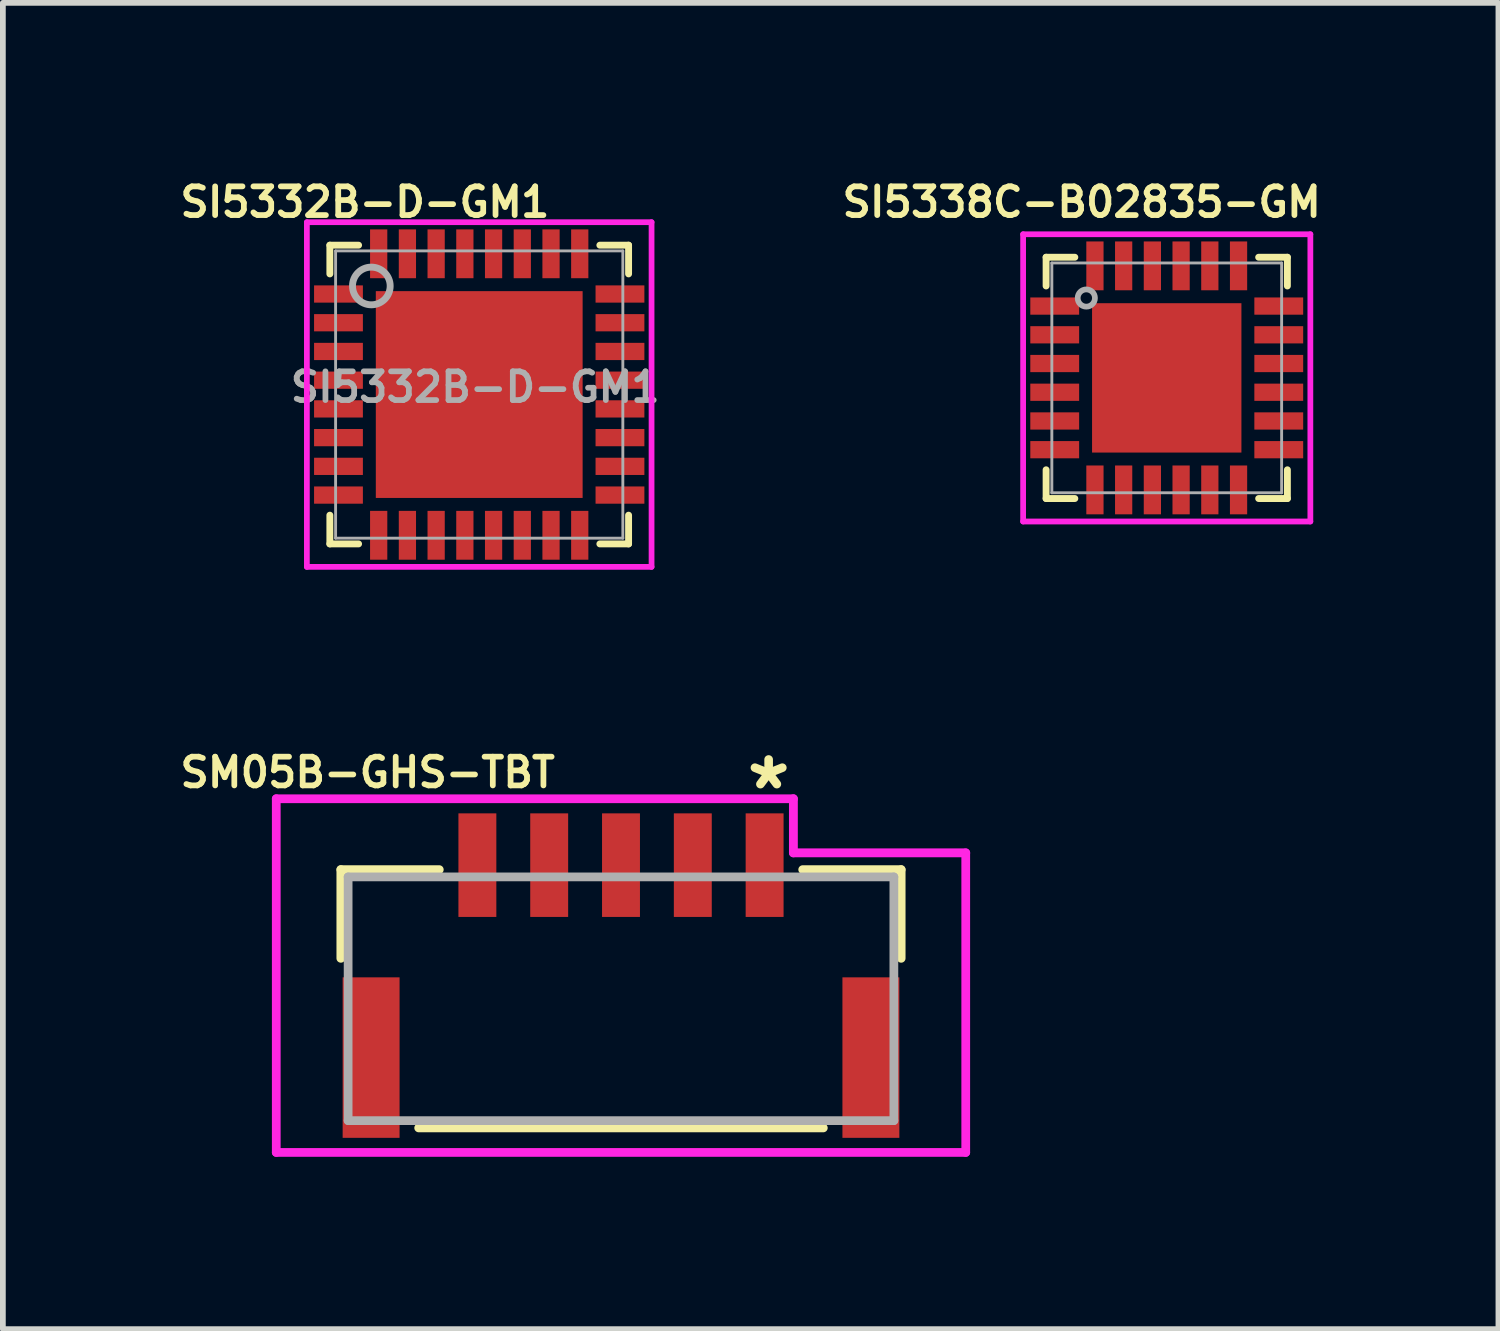
<source format=kicad_pcb>
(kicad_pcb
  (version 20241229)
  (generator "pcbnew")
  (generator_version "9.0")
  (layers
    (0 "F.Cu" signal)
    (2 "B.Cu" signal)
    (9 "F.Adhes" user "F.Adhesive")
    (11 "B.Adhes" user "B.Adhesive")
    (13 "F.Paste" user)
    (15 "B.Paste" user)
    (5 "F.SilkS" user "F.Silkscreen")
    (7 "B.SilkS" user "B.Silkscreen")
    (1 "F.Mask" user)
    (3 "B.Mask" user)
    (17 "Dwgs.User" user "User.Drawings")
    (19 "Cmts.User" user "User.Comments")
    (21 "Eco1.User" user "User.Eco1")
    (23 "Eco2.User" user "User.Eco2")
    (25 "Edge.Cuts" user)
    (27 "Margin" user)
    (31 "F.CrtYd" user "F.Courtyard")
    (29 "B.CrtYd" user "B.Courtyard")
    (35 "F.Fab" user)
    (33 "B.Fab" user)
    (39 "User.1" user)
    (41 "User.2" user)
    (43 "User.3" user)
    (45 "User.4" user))
  (footprint "SM05B-GHS-TBT"
    (layer "F.Cu")
    (at 7.76 14.336)
    (property "Reference" "SM05B-GHS-TBT" (at -4.41 -3.94 0) (layer "F.SilkS") (effects (font (size 0.5 0.5) (thickness 0.1))))
    (attr through_hole)
    (fp_line (start -4.877 -2.248) (end -4.877 -0.704) (stroke (width 0.152) (type solid)) (layer "F.SilkS"))
    (fp_line (start -3.522 2.248) (end 3.522 2.248) (stroke (width 0.152) (type solid)) (layer "F.SilkS"))
    (fp_line (start -3.163 -2.248) (end -4.877 -2.248) (stroke (width 0.152) (type solid)) (layer "F.SilkS"))
    (fp_line (start 4.877 -2.248) (end 3.163 -2.248) (stroke (width 0.152) (type solid)) (layer "F.SilkS"))
    (fp_line (start 4.877 -0.704) (end 4.877 -2.248) (stroke (width 0.152) (type solid)) (layer "F.SilkS"))
    (fp_line (start -6.001 -3.482) (end -6.001 2.675) (stroke (width 0.152) (type solid)) (layer "F.CrtYd"))
    (fp_line (start -6.001 2.675) (end 6.001 2.675) (stroke (width 0.152) (type solid)) (layer "F.CrtYd"))
    (fp_line (start 3.001 -3.482) (end -6.001 -3.482) (stroke (width 0.152) (type solid)) (layer "F.CrtYd"))
    (fp_line (start 3.001 -3.482) (end 3.001 -2.54) (stroke (width 0.154) (type solid)) (layer "F.CrtYd"))
    (fp_line (start 3.001 -2.54) (end 6.001 -2.54) (stroke (width 0.154) (type solid)) (layer "F.CrtYd"))
    (fp_line (start 6.001 2.675) (end 6.001 -2.54) (stroke (width 0.152) (type solid)) (layer "F.CrtYd"))
    (fp_line (start -4.75 -2.121) (end -4.75 2.121) (stroke (width 0.152) (type solid)) (layer "F.Fab"))
    (fp_line (start -4.75 2.121) (end 4.75 2.121) (stroke (width 0.152) (type solid)) (layer "F.Fab"))
    (fp_line (start 4.75 -2.121) (end -4.75 -2.121) (stroke (width 0.152) (type solid)) (layer "F.Fab"))
    (fp_line (start 4.75 2.121) (end 4.75 -2.121) (stroke (width 0.152) (type solid)) (layer "F.Fab"))
    (fp_text user "*" (at 2.57 -3.62 0) (layer "F.SilkS") (effects (font (size 1 1) (thickness 0.15))))
    (pad "1" smd rect (at 2.5 -2.326) (size 0.66 1.803) (layers "F.Cu" "F.Mask" "F.Paste"))
    (pad "2" smd rect (at 1.25 -2.326) (size 0.66 1.803) (layers "F.Cu" "F.Mask" "F.Paste"))
    (pad "3" smd rect (at 0 -2.326) (size 0.66 1.803) (layers "F.Cu" "F.Mask" "F.Paste"))
    (pad "4" smd rect (at -1.25 -2.326) (size 0.66 1.803) (layers "F.Cu" "F.Mask" "F.Paste"))
    (pad "5" smd rect (at -2.5 -2.326) (size 0.66 1.803) (layers "F.Cu" "F.Mask" "F.Paste"))
    (pad "S1" smd rect (at -4.35 1.024 90) (size 2.794 0.991) (layers "F.Cu" "F.Mask" "F.Paste"))
    (pad "S2" smd rect (at 4.35 1.024 90) (size 2.794 0.991) (layers "F.Cu" "F.Mask" "F.Paste")))
  (footprint "SI5338C-B02835-GM"
    (layer "F.Cu")
    (at 17.26 3.528)
    (property "Reference" "SI5338C-B02835-GM" (at -1.48 -3.06 0) (layer "F.SilkS") (effects (font (size 0.5 0.5) (thickness 0.1))))
    (attr through_hole)
    (fp_line (start -2.1 -2.1) (end -1.6 -2.1) (stroke (width 0.12) (type solid)) (layer "F.SilkS"))
    (fp_line (start -2.1 -1.6) (end -2.1 -2.1) (stroke (width 0.12) (type solid)) (layer "F.SilkS"))
    (fp_line (start -2.1 1.6) (end -2.1 2.1) (stroke (width 0.12) (type solid)) (layer "F.SilkS"))
    (fp_line (start -2.1 2.1) (end -1.6 2.1) (stroke (width 0.12) (type solid)) (layer "F.SilkS"))
    (fp_line (start 1.6 -2.1) (end 2.1 -2.1) (stroke (width 0.12) (type solid)) (layer "F.SilkS"))
    (fp_line (start 2.1 -2.1) (end 2.1 -1.6) (stroke (width 0.12) (type solid)) (layer "F.SilkS"))
    (fp_line (start 2.1 1.6) (end 2.1 2.1) (stroke (width 0.12) (type solid)) (layer "F.SilkS"))
    (fp_line (start 2.1 2.1) (end 1.6 2.1) (stroke (width 0.12) (type solid)) (layer "F.SilkS"))
    (fp_line (start -2.5 -2.5) (end 2.5 -2.5) (stroke (width 0.1) (type solid)) (layer "F.CrtYd"))
    (fp_line (start -2.5 2.5) (end -2.5 -2.5) (stroke (width 0.1) (type solid)) (layer "F.CrtYd"))
    (fp_line (start 2.5 -2.5) (end 2.5 2.5) (stroke (width 0.1) (type solid)) (layer "F.CrtYd"))
    (fp_line (start 2.5 2.5) (end -2.5 2.5) (stroke (width 0.1) (type solid)) (layer "F.CrtYd"))
    (fp_line (start -2 -2) (end 2 -2) (stroke (width 0.05) (type solid)) (layer "F.Fab"))
    (fp_line (start -2 2) (end -2 -2) (stroke (width 0.05) (type solid)) (layer "F.Fab"))
    (fp_line (start 2 -2) (end 2 2) (stroke (width 0.05) (type solid)) (layer "F.Fab"))
    (fp_line (start 2 2) (end -2 2) (stroke (width 0.05) (type solid)) (layer "F.Fab"))
    (fp_circle (center -1.4 -1.39) (end -1.25 -1.39) (stroke (width 0.1) (type solid)) (fill no) (layer "F.Fab"))
    (pad "1" smd rect (at -1.95 -1.25) (size 0.85 0.3) (layers "F.Cu" "F.Mask" "F.Paste"))
    (pad "2" smd rect (at -1.95 -0.75) (size 0.85 0.3) (layers "F.Cu" "F.Mask" "F.Paste"))
    (pad "3" smd rect (at -1.95 -0.25) (size 0.85 0.3) (layers "F.Cu" "F.Mask" "F.Paste"))
    (pad "4" smd rect (at -1.95 0.25) (size 0.85 0.3) (layers "F.Cu" "F.Mask" "F.Paste"))
    (pad "5" smd rect (at -1.95 0.75) (size 0.85 0.3) (layers "F.Cu" "F.Mask" "F.Paste"))
    (pad "6" smd rect (at -1.95 1.25) (size 0.85 0.3) (layers "F.Cu" "F.Mask" "F.Paste"))
    (pad "7" smd rect (at -1.25 1.95 90) (size 0.85 0.3) (layers "F.Cu" "F.Mask" "F.Paste"))
    (pad "8" smd rect (at -0.75 1.95 90) (size 0.85 0.3) (layers "F.Cu" "F.Mask" "F.Paste"))
    (pad "9" smd rect (at -0.25 1.95 90) (size 0.85 0.3) (layers "F.Cu" "F.Mask" "F.Paste"))
    (pad "10" smd rect (at 0.25 1.95 90) (size 0.85 0.3) (layers "F.Cu" "F.Mask" "F.Paste"))
    (pad "11" smd rect (at 0.75 1.95 90) (size 0.85 0.3) (layers "F.Cu" "F.Mask" "F.Paste"))
    (pad "12" smd rect (at 1.25 1.95 90) (size 0.85 0.3) (layers "F.Cu" "F.Mask" "F.Paste"))
    (pad "13" smd rect (at 1.95 1.25 180) (size 0.85 0.3) (layers "F.Cu" "F.Mask" "F.Paste"))
    (pad "14" smd rect (at 1.95 0.75 180) (size 0.85 0.3) (layers "F.Cu" "F.Mask" "F.Paste"))
    (pad "15" smd rect (at 1.95 0.25 180) (size 0.85 0.3) (layers "F.Cu" "F.Mask" "F.Paste"))
    (pad "16" smd rect (at 1.95 -0.25 180) (size 0.85 0.3) (layers "F.Cu" "F.Mask" "F.Paste"))
    (pad "17" smd rect (at 1.95 -0.75 180) (size 0.85 0.3) (layers "F.Cu" "F.Mask" "F.Paste"))
    (pad "18" smd rect (at 1.95 -1.25 180) (size 0.85 0.3) (layers "F.Cu" "F.Mask" "F.Paste"))
    (pad "19" smd rect (at 1.25 -1.95 270) (size 0.85 0.3) (layers "F.Cu" "F.Mask" "F.Paste"))
    (pad "20" smd rect (at 0.75 -1.95 270) (size 0.85 0.3) (layers "F.Cu" "F.Mask" "F.Paste"))
    (pad "21" smd rect (at 0.25 -1.95 270) (size 0.85 0.3) (layers "F.Cu" "F.Mask" "F.Paste"))
    (pad "22" smd rect (at -0.25 -1.95 270) (size 0.85 0.3) (layers "F.Cu" "F.Mask" "F.Paste"))
    (pad "23" smd rect (at -0.75 -1.95 270) (size 0.85 0.3) (layers "F.Cu" "F.Mask" "F.Paste"))
    (pad "24" smd rect (at -1.25 -1.95 270) (size 0.85 0.3) (layers "F.Cu" "F.Mask" "F.Paste"))
    (pad "25" smd rect (at 0 0) (size 2.6 2.6) (layers "F.Cu" "F.Mask" "F.Paste")))
  (footprint "SI5332B-D-GM1"
    (layer "F.Cu")
    (at 5.292 3.818)
    (property "Reference" "SI5332B-D-GM1" (at -1.99 -3.35 0) (layer "F.SilkS") (effects (font (size 0.5 0.5) (thickness 0.1))))
    (attr smd)
    (fp_line (start -2.6 -2.6) (end -2.1 -2.6) (stroke (width 0.12) (type solid)) (layer "F.SilkS"))
    (fp_line (start -2.6 -2.1) (end -2.6 -2.6) (stroke (width 0.12) (type solid)) (layer "F.SilkS"))
    (fp_line (start -2.6 2.1) (end -2.6 2.6) (stroke (width 0.12) (type solid)) (layer "F.SilkS"))
    (fp_line (start -2.6 2.6) (end -2.1 2.6) (stroke (width 0.12) (type solid)) (layer "F.SilkS"))
    (fp_line (start 2.6 -2.6) (end 2.1 -2.6) (stroke (width 0.12) (type solid)) (layer "F.SilkS"))
    (fp_line (start 2.6 -2.6) (end 2.6 -2.1) (stroke (width 0.12) (type solid)) (layer "F.SilkS"))
    (fp_line (start 2.6 2.1) (end 2.6 2.6) (stroke (width 0.12) (type solid)) (layer "F.SilkS"))
    (fp_line (start 2.6 2.6) (end 2.1 2.6) (stroke (width 0.12) (type solid)) (layer "F.SilkS"))
    (fp_line (start -3 -3) (end 3 -3) (stroke (width 0.1) (type solid)) (layer "F.CrtYd"))
    (fp_line (start -3 3) (end -3 -3) (stroke (width 0.1) (type solid)) (layer "F.CrtYd"))
    (fp_line (start 3 -3) (end 3 3) (stroke (width 0.1) (type solid)) (layer "F.CrtYd"))
    (fp_line (start 3 3) (end -3 3) (stroke (width 0.1) (type solid)) (layer "F.CrtYd"))
    (fp_line (start -2.5 -2.5) (end 2.5 -2.5) (stroke (width 0.05) (type solid)) (layer "F.Fab"))
    (fp_line (start -2.5 2.5) (end -2.5 -2.5) (stroke (width 0.05) (type solid)) (layer "F.Fab"))
    (fp_line (start 2.5 -2.5) (end 2.5 2.5) (stroke (width 0.05) (type solid)) (layer "F.Fab"))
    (fp_line (start 2.5 2.5) (end -2.5 2.5) (stroke (width 0.05) (type solid)) (layer "F.Fab"))
    (fp_circle (center -1.878 -1.89) (end -1.55 -1.89) (stroke (width 0.12) (type solid)) (fill no) (layer "F.Fab"))
    (fp_text user "${REFERENCE}" (at -0.07 -0.13 0) (layer "F.Fab") (effects (font (size 0.5 0.5) (thickness 0.1))))
    (pad "1" smd rect (at -2.45 -1.75) (size 0.85 0.3) (layers "F.Cu" "F.Mask" "F.Paste"))
    (pad "2" smd rect (at -2.45 -1.25) (size 0.85 0.3) (layers "F.Cu" "F.Mask" "F.Paste"))
    (pad "3" smd rect (at -2.45 -0.75) (size 0.85 0.3) (layers "F.Cu" "F.Mask" "F.Paste"))
    (pad "4" smd rect (at -2.45 -0.25) (size 0.85 0.3) (layers "F.Cu" "F.Mask" "F.Paste"))
    (pad "5" smd rect (at -2.45 0.25) (size 0.85 0.3) (layers "F.Cu" "F.Mask" "F.Paste"))
    (pad "6" smd rect (at -2.45 0.75) (size 0.85 0.3) (layers "F.Cu" "F.Mask" "F.Paste"))
    (pad "7" smd rect (at -2.45 1.25) (size 0.85 0.3) (layers "F.Cu" "F.Mask" "F.Paste"))
    (pad "8" smd rect (at -2.45 1.75) (size 0.85 0.3) (layers "F.Cu" "F.Mask" "F.Paste"))
    (pad "9" smd rect (at -1.75 2.45 90) (size 0.85 0.3) (layers "F.Cu" "F.Mask" "F.Paste"))
    (pad "10" smd rect (at -1.25 2.45 90) (size 0.85 0.3) (layers "F.Cu" "F.Mask" "F.Paste"))
    (pad "11" smd rect (at -0.75 2.45 90) (size 0.85 0.3) (layers "F.Cu" "F.Mask" "F.Paste"))
    (pad "12" smd rect (at -0.25 2.45 90) (size 0.85 0.3) (layers "F.Cu" "F.Mask" "F.Paste"))
    (pad "13" smd rect (at 0.25 2.45 90) (size 0.85 0.3) (layers "F.Cu" "F.Mask" "F.Paste"))
    (pad "14" smd rect (at 0.75 2.45 90) (size 0.85 0.3) (layers "F.Cu" "F.Mask" "F.Paste"))
    (pad "15" smd rect (at 1.25 2.45 90) (size 0.85 0.3) (layers "F.Cu" "F.Mask" "F.Paste"))
    (pad "16" smd rect (at 1.75 2.45 90) (size 0.85 0.3) (layers "F.Cu" "F.Mask" "F.Paste"))
    (pad "17" smd rect (at 2.45 1.75 180) (size 0.85 0.3) (layers "F.Cu" "F.Mask" "F.Paste"))
    (pad "18" smd rect (at 2.45 1.25 180) (size 0.85 0.3) (layers "F.Cu" "F.Mask" "F.Paste"))
    (pad "19" smd rect (at 2.45 0.75 180) (size 0.85 0.3) (layers "F.Cu" "F.Mask" "F.Paste"))
    (pad "20" smd rect (at 2.45 0.25 180) (size 0.85 0.3) (layers "F.Cu" "F.Mask" "F.Paste"))
    (pad "21" smd rect (at 2.45 -0.25 180) (size 0.85 0.3) (layers "F.Cu" "F.Mask" "F.Paste"))
    (pad "22" smd rect (at 2.45 -0.75 180) (size 0.85 0.3) (layers "F.Cu" "F.Mask" "F.Paste"))
    (pad "23" smd rect (at 2.45 -1.25 180) (size 0.85 0.3) (layers "F.Cu" "F.Mask" "F.Paste"))
    (pad "24" smd rect (at 2.45 -1.75 180) (size 0.85 0.3) (layers "F.Cu" "F.Mask" "F.Paste"))
    (pad "25" smd rect (at 1.75 -2.45 270) (size 0.85 0.3) (layers "F.Cu" "F.Mask" "F.Paste"))
    (pad "26" smd rect (at 1.25 -2.45 270) (size 0.85 0.3) (layers "F.Cu" "F.Mask" "F.Paste"))
    (pad "27" smd rect (at 0.75 -2.45 270) (size 0.85 0.3) (layers "F.Cu" "F.Mask" "F.Paste"))
    (pad "28" smd rect (at 0.25 -2.45 270) (size 0.85 0.3) (layers "F.Cu" "F.Mask" "F.Paste"))
    (pad "29" smd rect (at -0.25 -2.45 270) (size 0.85 0.3) (layers "F.Cu" "F.Mask" "F.Paste"))
    (pad "30" smd rect (at -0.75 -2.45 270) (size 0.85 0.3) (layers "F.Cu" "F.Mask" "F.Paste"))
    (pad "31" smd rect (at -1.25 -2.45 270) (size 0.85 0.3) (layers "F.Cu" "F.Mask" "F.Paste"))
    (pad "32" smd rect (at -1.75 -2.45 270) (size 0.85 0.3) (layers "F.Cu" "F.Mask" "F.Paste"))
    (pad "33" smd rect (at 0 0) (size 3.6 3.6) (layers "F.Cu" "F.Mask" "F.Paste")))
  (gr_rect
    (start -3 -3)
    (end 23.034 20.087)
    (stroke (width 0.1) (type default))
    (fill no)
    (layer "Edge.Cuts")))
</source>
